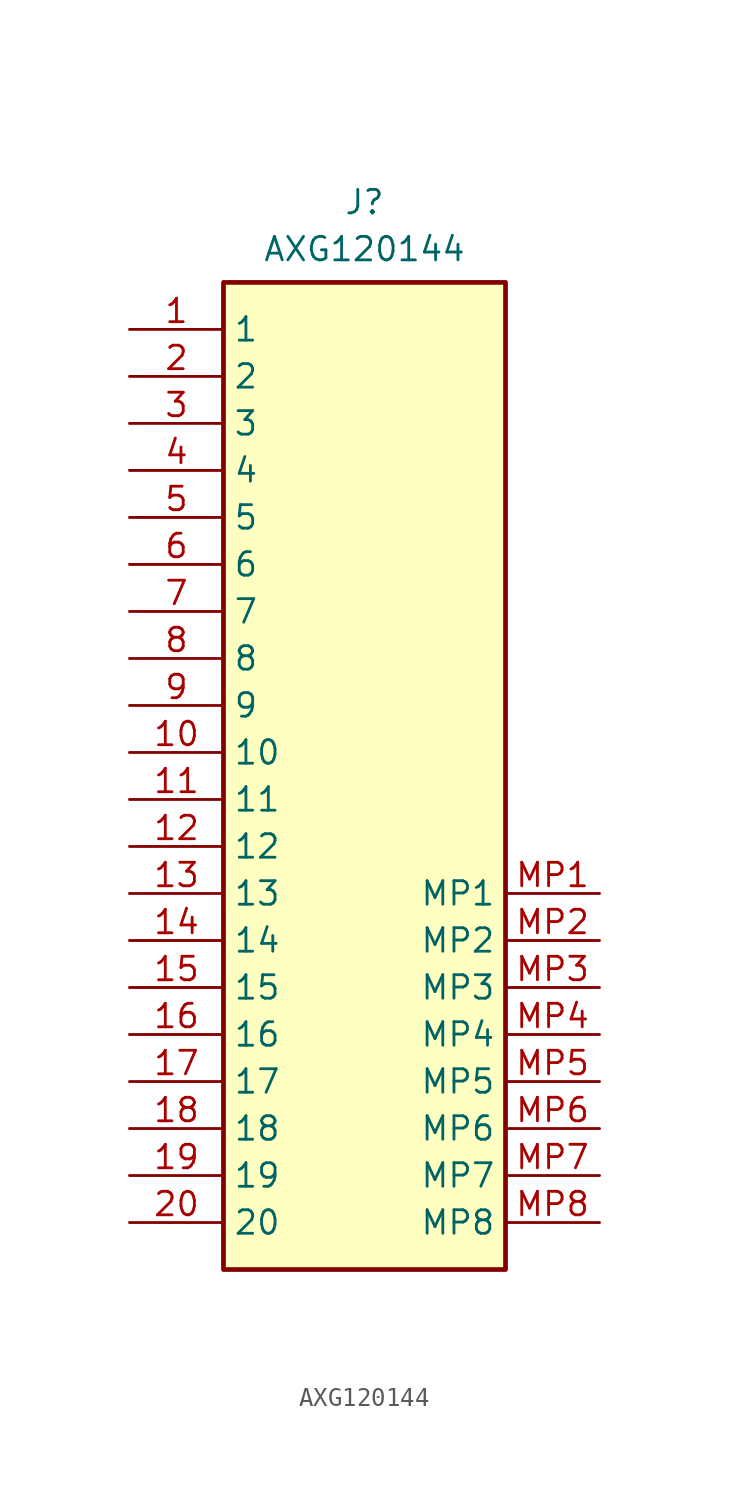
<source format=kicad_sym>
(kicad_symbol_lib
  (version 20220914)
  (generator kicad_symbol_editor)
  (symbol "AXG120144"
    (property "Reference" "J"
      (at 0 30.48 0)
      (effects (font (size 1.27 1.27)) (justify top)))
    (property "Value" "AXG120144"
      (at 0 27.94 0)
      (effects (font (size 1.27 1.27)) (justify top)))
    (symbol "AXG120144_1_1"
      (rectangle (start -7.62 25.4) (end 7.62 -27.94) (stroke (width 0.254) (type default)) (fill (type background)))
      (pin passive line (at -12.7 22.86 0) (length 5.08) (name "1" (effects (font (size 1.27 1.27)))) (number "1" (effects (font (size 1.27 1.27)))))
      (pin passive line (at -12.7 0 0) (length 5.08) (name "10" (effects (font (size 1.27 1.27)))) (number "10" (effects (font (size 1.27 1.27)))))
      (pin passive line (at -12.7 -2.54 0) (length 5.08) (name "11" (effects (font (size 1.27 1.27)))) (number "11" (effects (font (size 1.27 1.27)))))
      (pin passive line (at -12.7 -5.08 0) (length 5.08) (name "12" (effects (font (size 1.27 1.27)))) (number "12" (effects (font (size 1.27 1.27)))))
      (pin passive line (at -12.7 -7.62 0) (length 5.08) (name "13" (effects (font (size 1.27 1.27)))) (number "13" (effects (font (size 1.27 1.27)))))
      (pin passive line (at -12.7 -10.16 0) (length 5.08) (name "14" (effects (font (size 1.27 1.27)))) (number "14" (effects (font (size 1.27 1.27)))))
      (pin passive line (at -12.7 -12.7 0) (length 5.08) (name "15" (effects (font (size 1.27 1.27)))) (number "15" (effects (font (size 1.27 1.27)))))
      (pin passive line (at -12.7 -15.24 0) (length 5.08) (name "16" (effects (font (size 1.27 1.27)))) (number "16" (effects (font (size 1.27 1.27)))))
      (pin passive line (at -12.7 -17.78 0) (length 5.08) (name "17" (effects (font (size 1.27 1.27)))) (number "17" (effects (font (size 1.27 1.27)))))
      (pin passive line (at -12.7 -20.32 0) (length 5.08) (name "18" (effects (font (size 1.27 1.27)))) (number "18" (effects (font (size 1.27 1.27)))))
      (pin passive line (at -12.7 -22.86 0) (length 5.08) (name "19" (effects (font (size 1.27 1.27)))) (number "19" (effects (font (size 1.27 1.27)))))
      (pin passive line (at -12.7 20.32 0) (length 5.08) (name "2" (effects (font (size 1.27 1.27)))) (number "2" (effects (font (size 1.27 1.27)))))
      (pin passive line (at -12.7 -25.4 0) (length 5.08) (name "20" (effects (font (size 1.27 1.27)))) (number "20" (effects (font (size 1.27 1.27)))))
      (pin passive line (at -12.7 17.78 0) (length 5.08) (name "3" (effects (font (size 1.27 1.27)))) (number "3" (effects (font (size 1.27 1.27)))))
      (pin passive line (at -12.7 15.24 0) (length 5.08) (name "4" (effects (font (size 1.27 1.27)))) (number "4" (effects (font (size 1.27 1.27)))))
      (pin passive line (at -12.7 12.7 0) (length 5.08) (name "5" (effects (font (size 1.27 1.27)))) (number "5" (effects (font (size 1.27 1.27)))))
      (pin passive line (at -12.7 10.16 0) (length 5.08) (name "6" (effects (font (size 1.27 1.27)))) (number "6" (effects (font (size 1.27 1.27)))))
      (pin passive line (at -12.7 7.62 0) (length 5.08) (name "7" (effects (font (size 1.27 1.27)))) (number "7" (effects (font (size 1.27 1.27)))))
      (pin passive line (at -12.7 5.08 0) (length 5.08) (name "8" (effects (font (size 1.27 1.27)))) (number "8" (effects (font (size 1.27 1.27)))))
      (pin passive line (at -12.7 2.54 0) (length 5.08) (name "9" (effects (font (size 1.27 1.27)))) (number "9" (effects (font (size 1.27 1.27)))))
      (pin passive line (at 12.7 -7.62 180) (length 5.08) (name "MP1" (effects (font (size 1.27 1.27)))) (number "MP1" (effects (font (size 1.27 1.27)))))
      (pin passive line (at 12.7 -10.16 180) (length 5.08) (name "MP2" (effects (font (size 1.27 1.27)))) (number "MP2" (effects (font (size 1.27 1.27)))))
      (pin passive line (at 12.7 -12.7 180) (length 5.08) (name "MP3" (effects (font (size 1.27 1.27)))) (number "MP3" (effects (font (size 1.27 1.27)))))
      (pin passive line (at 12.7 -15.24 180) (length 5.08) (name "MP4" (effects (font (size 1.27 1.27)))) (number "MP4" (effects (font (size 1.27 1.27)))))
      (pin passive line (at 12.7 -17.78 180) (length 5.08) (name "MP5" (effects (font (size 1.27 1.27)))) (number "MP5" (effects (font (size 1.27 1.27)))))
      (pin passive line (at 12.7 -20.32 180) (length 5.08) (name "MP6" (effects (font (size 1.27 1.27)))) (number "MP6" (effects (font (size 1.27 1.27)))))
      (pin passive line (at 12.7 -22.86 180) (length 5.08) (name "MP7" (effects (font (size 1.27 1.27)))) (number "MP7" (effects (font (size 1.27 1.27)))))
      (pin passive line (at 12.7 -25.4 180) (length 5.08) (name "MP8" (effects (font (size 1.27 1.27)))) (number "MP8" (effects (font (size 1.27 1.27))))))))
</source>
